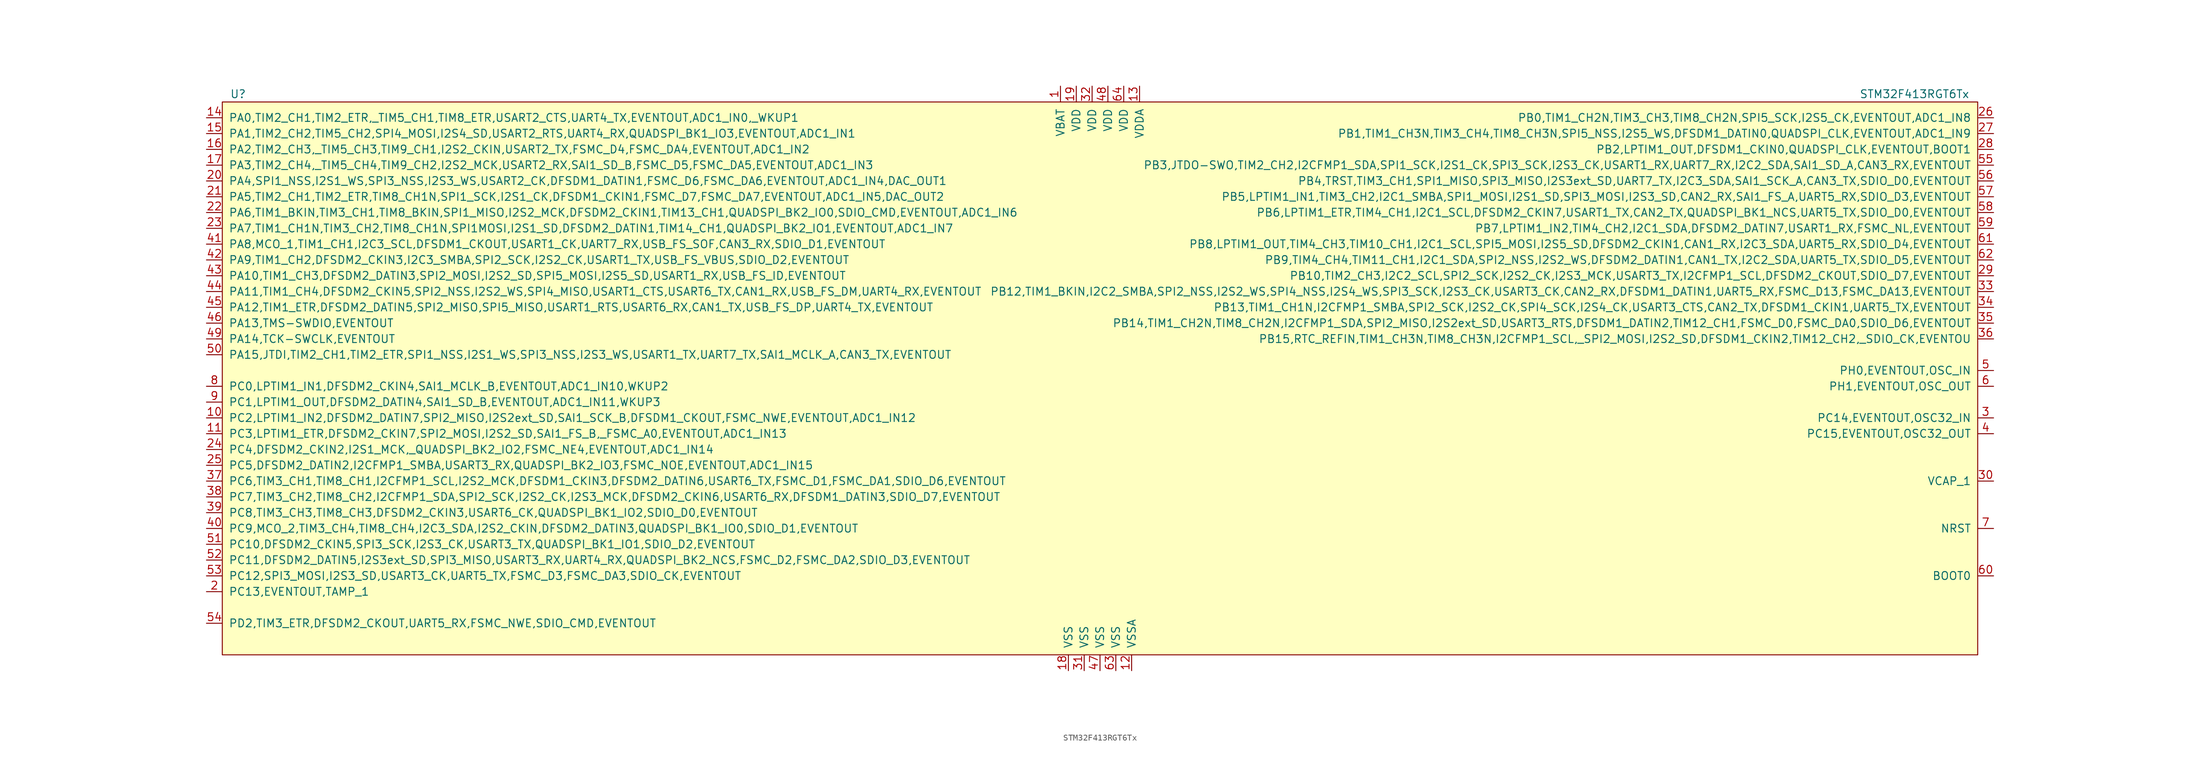
<source format=kicad_sym>
(kicad_symbol_lib
  (version 20220914)
  (generator kicad_symbol_editor)
  (symbol "STM32F413RGT6Tx"
    (pin_names
      (offset 1.016))
    (property "Reference" "U"
      (at -138.43 45.72 0)
      (effects (font (size 1.27 1.27))))
    (property "Value" "STM32F413RGT6Tx"
      (at 130.81 45.72 0)
      (effects (font (size 1.27 1.27))))
    (symbol "STM32F413RGT6Tx_0_1"
      (rectangle (start -140.97 44.45) (end 140.97 -44.45) (stroke (width 0) (type default)) (fill (type background))))
    (symbol "STM32F413RGT6Tx_1_1"
      (pin power_in line (at -6.35 46.99 270) (length 2.54) (name "VBAT" (effects (font (size 1.27 1.27)))) (number "1" (effects (font (size 1.27 1.27)))))
      (pin bidirectional line (at -143.51 -6.35 0) (length 2.54) (name "PC2,LPTIM1_IN2,DFSDM2_DATIN7,SPI2_MISO,I2S2ext_SD,SAI1_SCK_B,DFSDM1_CKOUT,FSMC_NWE,EVENTOUT,ADC1_IN12" (effects (font (size 1.27 1.27)))) (number "10" (effects (font (size 1.27 1.27)))))
      (pin bidirectional line (at -143.51 -8.89 0) (length 2.54) (name "PC3,LPTIM1_ETR,DFSDM2_CKIN7,SPI2_MOSI,I2S2_SD,SAI1_FS_B,_FSMC_A0,EVENTOUT,ADC1_IN13" (effects (font (size 1.27 1.27)))) (number "11" (effects (font (size 1.27 1.27)))))
      (pin power_in line (at 5.08 -46.99 90) (length 2.54) (name "VSSA" (effects (font (size 1.27 1.27)))) (number "12" (effects (font (size 1.27 1.27)))))
      (pin passive line (at 6.35 46.99 270) (length 2.54) (name "VDDA" (effects (font (size 1.27 1.27)))) (number "13" (effects (font (size 1.27 1.27)))))
      (pin bidirectional line (at -143.51 41.91 0) (length 2.54) (name "PA0,TIM2_CH1,TIM2_ETR,_TIM5_CH1,TIM8_ETR,USART2_CTS,UART4_TX,EVENTOUT,ADC1_IN0,_WKUP1" (effects (font (size 1.27 1.27)))) (number "14" (effects (font (size 1.27 1.27)))))
      (pin bidirectional line (at -143.51 39.37 0) (length 2.54) (name "PA1,TIM2_CH2,TIM5_CH2,SPI4_MOSI,I2S4_SD,USART2_RTS,UART4_RX,QUADSPI_BK1_IO3,EVENTOUT,ADC1_IN1" (effects (font (size 1.27 1.27)))) (number "15" (effects (font (size 1.27 1.27)))))
      (pin bidirectional line (at -143.51 36.83 0) (length 2.54) (name "PA2,TIM2_CH3,_TIM5_CH3,TIM9_CH1,I2S2_CKIN,USART2_TX,FSMC_D4,FSMC_DA4,EVENTOUT,ADC1_IN2" (effects (font (size 1.27 1.27)))) (number "16" (effects (font (size 1.27 1.27)))))
      (pin bidirectional line (at -143.51 34.29 0) (length 2.54) (name "PA3,TIM2_CH4,_TIM5_CH4,TIM9_CH2,I2S2_MCK,USART2_RX,SAI1_SD_B,FSMC_D5,FSMC_DA5,EVENTOUT,ADC1_IN3" (effects (font (size 1.27 1.27)))) (number "17" (effects (font (size 1.27 1.27)))))
      (pin power_in line (at -5.08 -46.99 90) (length 2.54) (name "VSS" (effects (font (size 1.27 1.27)))) (number "18" (effects (font (size 1.27 1.27)))))
      (pin power_in line (at -3.81 46.99 270) (length 2.54) (name "VDD" (effects (font (size 1.27 1.27)))) (number "19" (effects (font (size 1.27 1.27)))))
      (pin bidirectional line (at -143.51 -34.29 0) (length 2.54) (name "PC13,EVENTOUT,TAMP_1" (effects (font (size 1.27 1.27)))) (number "2" (effects (font (size 1.27 1.27)))))
      (pin bidirectional line (at -143.51 31.75 0) (length 2.54) (name "PA4,SPI1_NSS,I2S1_WS,SPI3_NSS,I2S3_WS,USART2_CK,DFSDM1_DATIN1,FSMC_D6,FSMC_DA6,EVENTOUT,ADC1_IN4,DAC_OUT1" (effects (font (size 1.27 1.27)))) (number "20" (effects (font (size 1.27 1.27)))))
      (pin bidirectional line (at -143.51 29.21 0) (length 2.54) (name "PA5,TIM2_CH1,TIM2_ETR,TIM8_CH1N,SPI1_SCK,I2S1_CK,DFSDM1_CKIN1,FSMC_D7,FSMC_DA7,EVENTOUT,ADC1_IN5,DAC_OUT2" (effects (font (size 1.27 1.27)))) (number "21" (effects (font (size 1.27 1.27)))))
      (pin bidirectional line (at -143.51 26.67 0) (length 2.54) (name "PA6,TIM1_BKIN,TIM3_CH1,TIM8_BKIN,SPI1_MISO,I2S2_MCK,DFSDM2_CKIN1,TIM13_CH1,QUADSPI_BK2_IO0,SDIO_CMD,EVENTOUT,ADC1_IN6" (effects (font (size 1.27 1.27)))) (number "22" (effects (font (size 1.27 1.27)))))
      (pin bidirectional line (at -143.51 24.13 0) (length 2.54) (name "PA7,TIM1_CH1N,TIM3_CH2,TIM8_CH1N,SPI1MOSI,I2S1_SD,DFSDM2_DATIN1,TIM14_CH1,QUADSPI_BK2_IO1,EVENTOUT,ADC1_IN7" (effects (font (size 1.27 1.27)))) (number "23" (effects (font (size 1.27 1.27)))))
      (pin bidirectional line (at -143.51 -11.43 0) (length 2.54) (name "PC4,DFSDM2_CKIN2,I2S1_MCK,_QUADSPI_BK2_IO2,FSMC_NE4,EVENTOUT,ADC1_IN14" (effects (font (size 1.27 1.27)))) (number "24" (effects (font (size 1.27 1.27)))))
      (pin bidirectional line (at -143.51 -13.97 0) (length 2.54) (name "PC5,DFSDM2_DATIN2,I2CFMP1_SMBA,USART3_RX,QUADSPI_BK2_IO3,FSMC_NOE,EVENTOUT,ADC1_IN15" (effects (font (size 1.27 1.27)))) (number "25" (effects (font (size 1.27 1.27)))))
      (pin bidirectional line (at 143.51 41.91 180) (length 2.54) (name "PB0,TIM1_CH2N,TIM3_CH3,TIM8_CH2N,SPI5_SCK,I2S5_CK,EVENTOUT,ADC1_IN8" (effects (font (size 1.27 1.27)))) (number "26" (effects (font (size 1.27 1.27)))))
      (pin bidirectional line (at 143.51 39.37 180) (length 2.54) (name "PB1,TIM1_CH3N,TIM3_CH4,TIM8_CH3N,SPI5_NSS,I2S5_WS,DFSDM1_DATIN0,QUADSPI_CLK,EVENTOUT,ADC1_IN9" (effects (font (size 1.27 1.27)))) (number "27" (effects (font (size 1.27 1.27)))))
      (pin bidirectional line (at 143.51 36.83 180) (length 2.54) (name "PB2,LPTIM1_OUT,DFSDM1_CKIN0,QUADSPI_CLK,EVENTOUT,BOOT1" (effects (font (size 1.27 1.27)))) (number "28" (effects (font (size 1.27 1.27)))))
      (pin bidirectional line (at 143.51 16.51 180) (length 2.54) (name "PB10,TIM2_CH3,I2C2_SCL,SPI2_SCK,I2S2_CK,I2S3_MCK,USART3_TX,I2CFMP1_SCL,DFSDM2_CKOUT,SDIO_D7,EVENTOUT" (effects (font (size 1.27 1.27)))) (number "29" (effects (font (size 1.27 1.27)))))
      (pin bidirectional line (at 143.51 -6.35 180) (length 2.54) (name "PC14,EVENTOUT,OSC32_IN" (effects (font (size 1.27 1.27)))) (number "3" (effects (font (size 1.27 1.27)))))
      (pin passive line (at 143.51 -16.51 180) (length 2.54) (name "VCAP_1" (effects (font (size 1.27 1.27)))) (number "30" (effects (font (size 1.27 1.27)))))
      (pin power_in line (at -2.54 -46.99 90) (length 2.54) (name "VSS" (effects (font (size 1.27 1.27)))) (number "31" (effects (font (size 1.27 1.27)))))
      (pin power_in line (at -1.27 46.99 270) (length 2.54) (name "VDD" (effects (font (size 1.27 1.27)))) (number "32" (effects (font (size 1.27 1.27)))))
      (pin bidirectional line (at 143.51 13.97 180) (length 2.54) (name "PB12,TIM1_BKIN,I2C2_SMBA,SPI2_NSS,I2S2_WS,SPI4_NSS,I2S4_WS,SPI3_SCK,I2S3_CK,USART3_CK,CAN2_RX,DFSDM1_DATIN1,UART5_RX,FSMC_D13,FSMC_DA13,EVENTOUT" (effects (font (size 1.27 1.27)))) (number "33" (effects (font (size 1.27 1.27)))))
      (pin bidirectional line (at 143.51 11.43 180) (length 2.54) (name "PB13,TIM1_CH1N,I2CFMP1_SMBA,SPI2_SCK,I2S2_CK,SPI4_SCK,I2S4_CK,USART3_CTS,CAN2_TX,DFSDM1_CKIN1,UART5_TX,EVENTOUT" (effects (font (size 1.27 1.27)))) (number "34" (effects (font (size 1.27 1.27)))))
      (pin bidirectional line (at 143.51 8.89 180) (length 2.54) (name "PB14,TIM1_CH2N,TIM8_CH2N,I2CFMP1_SDA,SPI2_MISO,I2S2ext_SD,USART3_RTS,DFSDM1_DATIN2,TIM12_CH1,FSMC_D0,FSMC_DA0,SDIO_D6,EVENTOUT" (effects (font (size 1.27 1.27)))) (number "35" (effects (font (size 1.27 1.27)))))
      (pin bidirectional line (at 143.51 6.35 180) (length 2.54) (name "PB15,RTC_REFIN,TIM1_CH3N,TIM8_CH3N,I2CFMP1_SCL,_SPI2_MOSI,I2S2_SD,DFSDM1_CKIN2,TIM12_CH2,_SDIO_CK,EVENTOU" (effects (font (size 1.27 1.27)))) (number "36" (effects (font (size 1.27 1.27)))))
      (pin bidirectional line (at -143.51 -16.51 0) (length 2.54) (name "PC6,TIM3_CH1,TIM8_CH1,I2CFMP1_SCL,I2S2_MCK,DFSDM1_CKIN3,DFSDM2_DATIN6,USART6_TX,FSMC_D1,FSMC_DA1,SDIO_D6,EVENTOUT" (effects (font (size 1.27 1.27)))) (number "37" (effects (font (size 1.27 1.27)))))
      (pin bidirectional line (at -143.51 -19.05 0) (length 2.54) (name "PC7,TIM3_CH2,TIM8_CH2,I2CFMP1_SDA,SPI2_SCK,I2S2_CK,I2S3_MCK,DFSDM2_CKIN6,USART6_RX,DFSDM1_DATIN3,SDIO_D7,EVENTOUT" (effects (font (size 1.27 1.27)))) (number "38" (effects (font (size 1.27 1.27)))))
      (pin bidirectional line (at -143.51 -21.59 0) (length 2.54) (name "PC8,TIM3_CH3,TIM8_CH3,DFSDM2_CKIN3,USART6_CK,QUADSPI_BK1_IO2,SDIO_D0,EVENTOUT" (effects (font (size 1.27 1.27)))) (number "39" (effects (font (size 1.27 1.27)))))
      (pin bidirectional line (at 143.51 -8.89 180) (length 2.54) (name "PC15,EVENTOUT,OSC32_OUT" (effects (font (size 1.27 1.27)))) (number "4" (effects (font (size 1.27 1.27)))))
      (pin bidirectional line (at -143.51 -24.13 0) (length 2.54) (name "PC9,MCO_2,TIM3_CH4,TIM8_CH4,I2C3_SDA,I2S2_CKIN,DFSDM2_DATIN3,QUADSPI_BK1_IO0,SDIO_D1,EVENTOUT" (effects (font (size 1.27 1.27)))) (number "40" (effects (font (size 1.27 1.27)))))
      (pin bidirectional line (at -143.51 21.59 0) (length 2.54) (name "PA8,MCO_1,TIM1_CH1,I2C3_SCL,DFSDM1_CKOUT,USART1_CK,UART7_RX,USB_FS_SOF,CAN3_RX,SDIO_D1,EVENTOUT" (effects (font (size 1.27 1.27)))) (number "41" (effects (font (size 1.27 1.27)))))
      (pin bidirectional line (at -143.51 19.05 0) (length 2.54) (name "PA9,TIM1_CH2,DFSDM2_CKIN3,I2C3_SMBA,SPI2_SCK,I2S2_CK,USART1_TX,USB_FS_VBUS,SDIO_D2,EVENTOUT" (effects (font (size 1.27 1.27)))) (number "42" (effects (font (size 1.27 1.27)))))
      (pin bidirectional line (at -143.51 16.51 0) (length 2.54) (name "PA10,TIM1_CH3,DFSDM2_DATIN3,SPI2_MOSI,I2S2_SD,SPI5_MOSI,I2S5_SD,USART1_RX,USB_FS_ID,EVENTOUT" (effects (font (size 1.27 1.27)))) (number "43" (effects (font (size 1.27 1.27)))))
      (pin bidirectional line (at -143.51 13.97 0) (length 2.54) (name "PA11,TIM1_CH4,DFSDM2_CKIN5,SPI2_NSS,I2S2_WS,SPI4_MISO,USART1_CTS,USART6_TX,CAN1_RX,USB_FS_DM,UART4_RX,EVENTOUT" (effects (font (size 1.27 1.27)))) (number "44" (effects (font (size 1.27 1.27)))))
      (pin bidirectional line (at -143.51 11.43 0) (length 2.54) (name "PA12,TIM1_ETR,DFSDM2_DATIN5,SPI2_MISO,SPI5_MISO,USART1_RTS,USART6_RX,CAN1_TX,USB_FS_DP,UART4_TX,EVENTOUT" (effects (font (size 1.27 1.27)))) (number "45" (effects (font (size 1.27 1.27)))))
      (pin bidirectional line (at -143.51 8.89 0) (length 2.54) (name "PA13,TMS-SWDIO,EVENTOUT" (effects (font (size 1.27 1.27)))) (number "46" (effects (font (size 1.27 1.27)))))
      (pin power_in line (at 0 -46.99 90) (length 2.54) (name "VSS" (effects (font (size 1.27 1.27)))) (number "47" (effects (font (size 1.27 1.27)))))
      (pin power_in line (at 1.27 46.99 270) (length 2.54) (name "VDD" (effects (font (size 1.27 1.27)))) (number "48" (effects (font (size 1.27 1.27)))))
      (pin bidirectional line (at -143.51 6.35 0) (length 2.54) (name "PA14,TCK-SWCLK,EVENTOUT" (effects (font (size 1.27 1.27)))) (number "49" (effects (font (size 1.27 1.27)))))
      (pin input line (at 143.51 1.27 180) (length 2.54) (name "PH0,EVENTOUT,OSC_IN" (effects (font (size 1.27 1.27)))) (number "5" (effects (font (size 1.27 1.27)))))
      (pin bidirectional line (at -143.51 3.81 0) (length 2.54) (name "PA15,JTDI,TIM2_CH1,TIM2_ETR,SPI1_NSS,I2S1_WS,SPI3_NSS,I2S3_WS,USART1_TX,UART7_TX,SAI1_MCLK_A,CAN3_TX,EVENTOUT" (effects (font (size 1.27 1.27)))) (number "50" (effects (font (size 1.27 1.27)))))
      (pin bidirectional line (at -143.51 -26.67 0) (length 2.54) (name "PC10,DFSDM2_CKIN5,SPI3_SCK,I2S3_CK,USART3_TX,QUADSPI_BK1_IO1,SDIO_D2,EVENTOUT" (effects (font (size 1.27 1.27)))) (number "51" (effects (font (size 1.27 1.27)))))
      (pin bidirectional line (at -143.51 -29.21 0) (length 2.54) (name "PC11,DFSDM2_DATIN5,I2S3ext_SD,SPI3_MISO,USART3_RX,UART4_RX,QUADSPI_BK2_NCS,FSMC_D2,FSMC_DA2,SDIO_D3,EVENTOUT" (effects (font (size 1.27 1.27)))) (number "52" (effects (font (size 1.27 1.27)))))
      (pin bidirectional line (at -143.51 -31.75 0) (length 2.54) (name "PC12,SPI3_MOSI,I2S3_SD,USART3_CK,UART5_TX,FSMC_D3,FSMC_DA3,SDIO_CK,EVENTOUT" (effects (font (size 1.27 1.27)))) (number "53" (effects (font (size 1.27 1.27)))))
      (pin bidirectional line (at -143.51 -39.37 0) (length 2.54) (name "PD2,TIM3_ETR,DFSDM2_CKOUT,UART5_RX,FSMC_NWE,SDIO_CMD,EVENTOUT" (effects (font (size 1.27 1.27)))) (number "54" (effects (font (size 1.27 1.27)))))
      (pin bidirectional line (at 143.51 34.29 180) (length 2.54) (name "PB3,JTDO-SWO,TIM2_CH2,I2CFMP1_SDA,SPI1_SCK,I2S1_CK,SPI3_SCK,I2S3_CK,USART1_RX,UART7_RX,I2C2_SDA,SAI1_SD_A,CAN3_RX,EVENTOUT" (effects (font (size 1.27 1.27)))) (number "55" (effects (font (size 1.27 1.27)))))
      (pin bidirectional line (at 143.51 31.75 180) (length 2.54) (name "PB4,TRST,TIM3_CH1,SPI1_MISO,SPI3_MISO,I2S3ext_SD,UART7_TX,I2C3_SDA,SAI1_SCK_A,CAN3_TX,SDIO_D0,EVENTOUT" (effects (font (size 1.27 1.27)))) (number "56" (effects (font (size 1.27 1.27)))))
      (pin bidirectional line (at 143.51 29.21 180) (length 2.54) (name "PB5,LPTIM1_IN1,TIM3_CH2,I2C1_SMBA,SPI1_MOSI,I2S1_SD,SPI3_MOSI,I2S3_SD,CAN2_RX,SAI1_FS_A,UART5_RX,SDIO_D3,EVENTOUT" (effects (font (size 1.27 1.27)))) (number "57" (effects (font (size 1.27 1.27)))))
      (pin bidirectional line (at 143.51 26.67 180) (length 2.54) (name "PB6,LPTIM1_ETR,TIM4_CH1,I2C1_SCL,DFSDM2_CKIN7,USART1_TX,CAN2_TX,QUADSPI_BK1_NCS,UART5_TX,SDIO_D0,EVENTOUT" (effects (font (size 1.27 1.27)))) (number "58" (effects (font (size 1.27 1.27)))))
      (pin bidirectional line (at 143.51 24.13 180) (length 2.54) (name "PB7,LPTIM1_IN2,TIM4_CH2,I2C1_SDA,DFSDM2_DATIN7,USART1_RX,FSMC_NL,EVENTOUT" (effects (font (size 1.27 1.27)))) (number "59" (effects (font (size 1.27 1.27)))))
      (pin input line (at 143.51 -1.27 180) (length 2.54) (name "PH1,EVENTOUT,OSC_OUT" (effects (font (size 1.27 1.27)))) (number "6" (effects (font (size 1.27 1.27)))))
      (pin input line (at 143.51 -31.75 180) (length 2.54) (name "BOOT0" (effects (font (size 1.27 1.27)))) (number "60" (effects (font (size 1.27 1.27)))))
      (pin bidirectional line (at 143.51 21.59 180) (length 2.54) (name "PB8,LPTIM1_OUT,TIM4_CH3,TIM10_CH1,I2C1_SCL,SPI5_MOSI,I2S5_SD,DFSDM2_CKIN1,CAN1_RX,I2C3_SDA,UART5_RX,SDIO_D4,EVENTOUT" (effects (font (size 1.27 1.27)))) (number "61" (effects (font (size 1.27 1.27)))))
      (pin bidirectional line (at 143.51 19.05 180) (length 2.54) (name "PB9,TIM4_CH4,TIM11_CH1,I2C1_SDA,SPI2_NSS,I2S2_WS,DFSDM2_DATIN1,CAN1_TX,I2C2_SDA,UART5_TX,SDIO_D5,EVENTOUT" (effects (font (size 1.27 1.27)))) (number "62" (effects (font (size 1.27 1.27)))))
      (pin power_in line (at 2.54 -46.99 90) (length 2.54) (name "VSS" (effects (font (size 1.27 1.27)))) (number "63" (effects (font (size 1.27 1.27)))))
      (pin power_in line (at 3.81 46.99 270) (length 2.54) (name "VDD" (effects (font (size 1.27 1.27)))) (number "64" (effects (font (size 1.27 1.27)))))
      (pin input line (at 143.51 -24.13 180) (length 2.54) (name "NRST" (effects (font (size 1.27 1.27)))) (number "7" (effects (font (size 1.27 1.27)))))
      (pin bidirectional line (at -143.51 -1.27 0) (length 2.54) (name "PC0,LPTIM1_IN1,DFSDM2_CKIN4,SAI1_MCLK_B,EVENTOUT,ADC1_IN10,WKUP2" (effects (font (size 1.27 1.27)))) (number "8" (effects (font (size 1.27 1.27)))))
      (pin bidirectional line (at -143.51 -3.81 0) (length 2.54) (name "PC1,LPTIM1_OUT,DFSDM2_DATIN4,SAI1_SD_B,EVENTOUT,ADC1_IN11,WKUP3" (effects (font (size 1.27 1.27)))) (number "9" (effects (font (size 1.27 1.27))))))))
</source>
